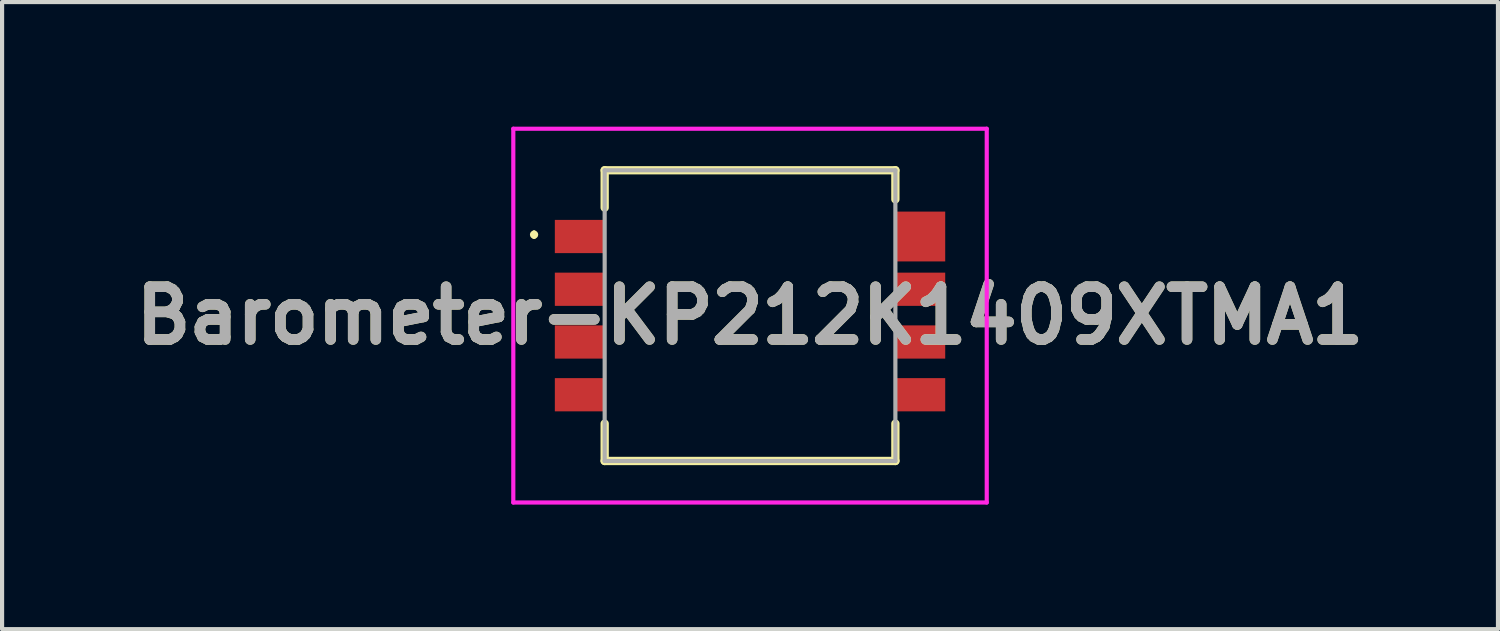
<source format=kicad_pcb>
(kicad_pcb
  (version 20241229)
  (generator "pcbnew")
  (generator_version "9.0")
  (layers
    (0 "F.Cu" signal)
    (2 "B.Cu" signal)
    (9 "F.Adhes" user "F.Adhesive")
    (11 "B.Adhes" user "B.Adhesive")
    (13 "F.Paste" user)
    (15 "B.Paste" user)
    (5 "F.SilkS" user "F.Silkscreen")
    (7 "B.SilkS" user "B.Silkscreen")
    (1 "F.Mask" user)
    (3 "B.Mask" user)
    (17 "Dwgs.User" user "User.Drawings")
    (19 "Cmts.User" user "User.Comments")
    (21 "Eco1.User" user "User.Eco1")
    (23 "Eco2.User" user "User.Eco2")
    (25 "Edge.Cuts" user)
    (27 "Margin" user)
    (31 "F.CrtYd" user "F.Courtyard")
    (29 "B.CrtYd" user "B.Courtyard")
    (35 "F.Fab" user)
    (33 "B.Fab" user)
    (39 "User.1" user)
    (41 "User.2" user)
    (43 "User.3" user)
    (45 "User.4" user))
  (footprint "Barometer-KP212K1409XTMA1"
    (layer "F.Cu")
    (at 15.01 4.55)
    (property "Reference" "Barometer-KP212K1409XTMA1" (at 0 0 0) (layer "F.SilkS") (effects (font (size 1.27 1.27) (thickness 0.254))))
    (attr smd)
    (fp_line (start -5.2 -2) (end -5.2 -2) (stroke (width 0.1) (type solid)) (layer "F.SilkS"))
    (fp_line (start -5.2 -1.9) (end -5.2 -1.9) (stroke (width 0.1) (type solid)) (layer "F.SilkS"))
    (fp_line (start -3.5 -3.5) (end -3.5 -2.6) (stroke (width 0.2) (type solid)) (layer "F.SilkS"))
    (fp_line (start -3.5 2.6) (end -3.5 3.5) (stroke (width 0.2) (type solid)) (layer "F.SilkS"))
    (fp_line (start -3.5 3.5) (end 3.5 3.5) (stroke (width 0.2) (type solid)) (layer "F.SilkS"))
    (fp_line (start 3.5 -3.5) (end -3.5 -3.5) (stroke (width 0.2) (type solid)) (layer "F.SilkS"))
    (fp_line (start 3.5 -2.8) (end 3.5 -3.5) (stroke (width 0.2) (type solid)) (layer "F.SilkS"))
    (fp_line (start 3.5 3.5) (end 3.5 2.6) (stroke (width 0.2) (type solid)) (layer "F.SilkS"))
    (fp_arc (start -5.2 -2) (mid -5.15 -1.95) (end -5.2 -1.9) (stroke (width 0.1) (type solid)) (layer "F.SilkS"))
    (fp_arc (start -5.2 -1.9) (mid -5.25 -1.95) (end -5.2 -2) (stroke (width 0.1) (type solid)) (layer "F.SilkS"))
    (fp_line (start -5.7 -4.5) (end 5.7 -4.5) (stroke (width 0.1) (type solid)) (layer "F.CrtYd"))
    (fp_line (start -5.7 4.5) (end -5.7 -4.5) (stroke (width 0.1) (type solid)) (layer "F.CrtYd"))
    (fp_line (start 5.7 -4.5) (end 5.7 4.5) (stroke (width 0.1) (type solid)) (layer "F.CrtYd"))
    (fp_line (start 5.7 4.5) (end -5.7 4.5) (stroke (width 0.1) (type solid)) (layer "F.CrtYd"))
    (fp_line (start -3.5 -3.5) (end 3.5 -3.5) (stroke (width 0.1) (type solid)) (layer "F.Fab"))
    (fp_line (start -3.5 3.5) (end -3.5 -3.5) (stroke (width 0.1) (type solid)) (layer "F.Fab"))
    (fp_line (start 3.5 -3.5) (end 3.5 3.5) (stroke (width 0.1) (type solid)) (layer "F.Fab"))
    (fp_line (start 3.5 3.5) (end -3.5 3.5) (stroke (width 0.1) (type solid)) (layer "F.Fab"))
    (fp_text user "${REFERENCE}" (at 0 0 0) (layer "F.Fab") (effects (font (size 1.27 1.27) (thickness 0.254))))
    (pad "1" smd rect (at -4.1 -1.905 90) (size 0.8 1.2) (layers "F.Cu" "F.Mask" "F.Paste"))
    (pad "2" smd rect (at -4.1 -0.635 90) (size 0.8 1.2) (layers "F.Cu" "F.Mask" "F.Paste"))
    (pad "3" smd rect (at -4.1 0.635 90) (size 0.8 1.2) (layers "F.Cu" "F.Mask" "F.Paste"))
    (pad "4" smd rect (at -4.1 1.905 90) (size 0.8 1.2) (layers "F.Cu" "F.Mask" "F.Paste"))
    (pad "5" smd rect (at 4.1 1.905 90) (size 0.8 1.2) (layers "F.Cu" "F.Mask" "F.Paste"))
    (pad "6" smd rect (at 4.1 0.635 90) (size 0.8 1.2) (layers "F.Cu" "F.Mask" "F.Paste"))
    (pad "7" smd rect (at 4.1 -0.635 90) (size 0.8 1.2) (layers "F.Cu" "F.Mask" "F.Paste"))
    (pad "8" smd rect (at 4.1 -1.905 90) (size 1.2 1.2) (layers "F.Cu" "F.Mask" "F.Paste")))
  (gr_rect
    (start -3 -3)
    (end 33.02 12.1)
    (stroke (width 0.1) (type default))
    (fill no)
    (layer "Edge.Cuts")))
</source>
